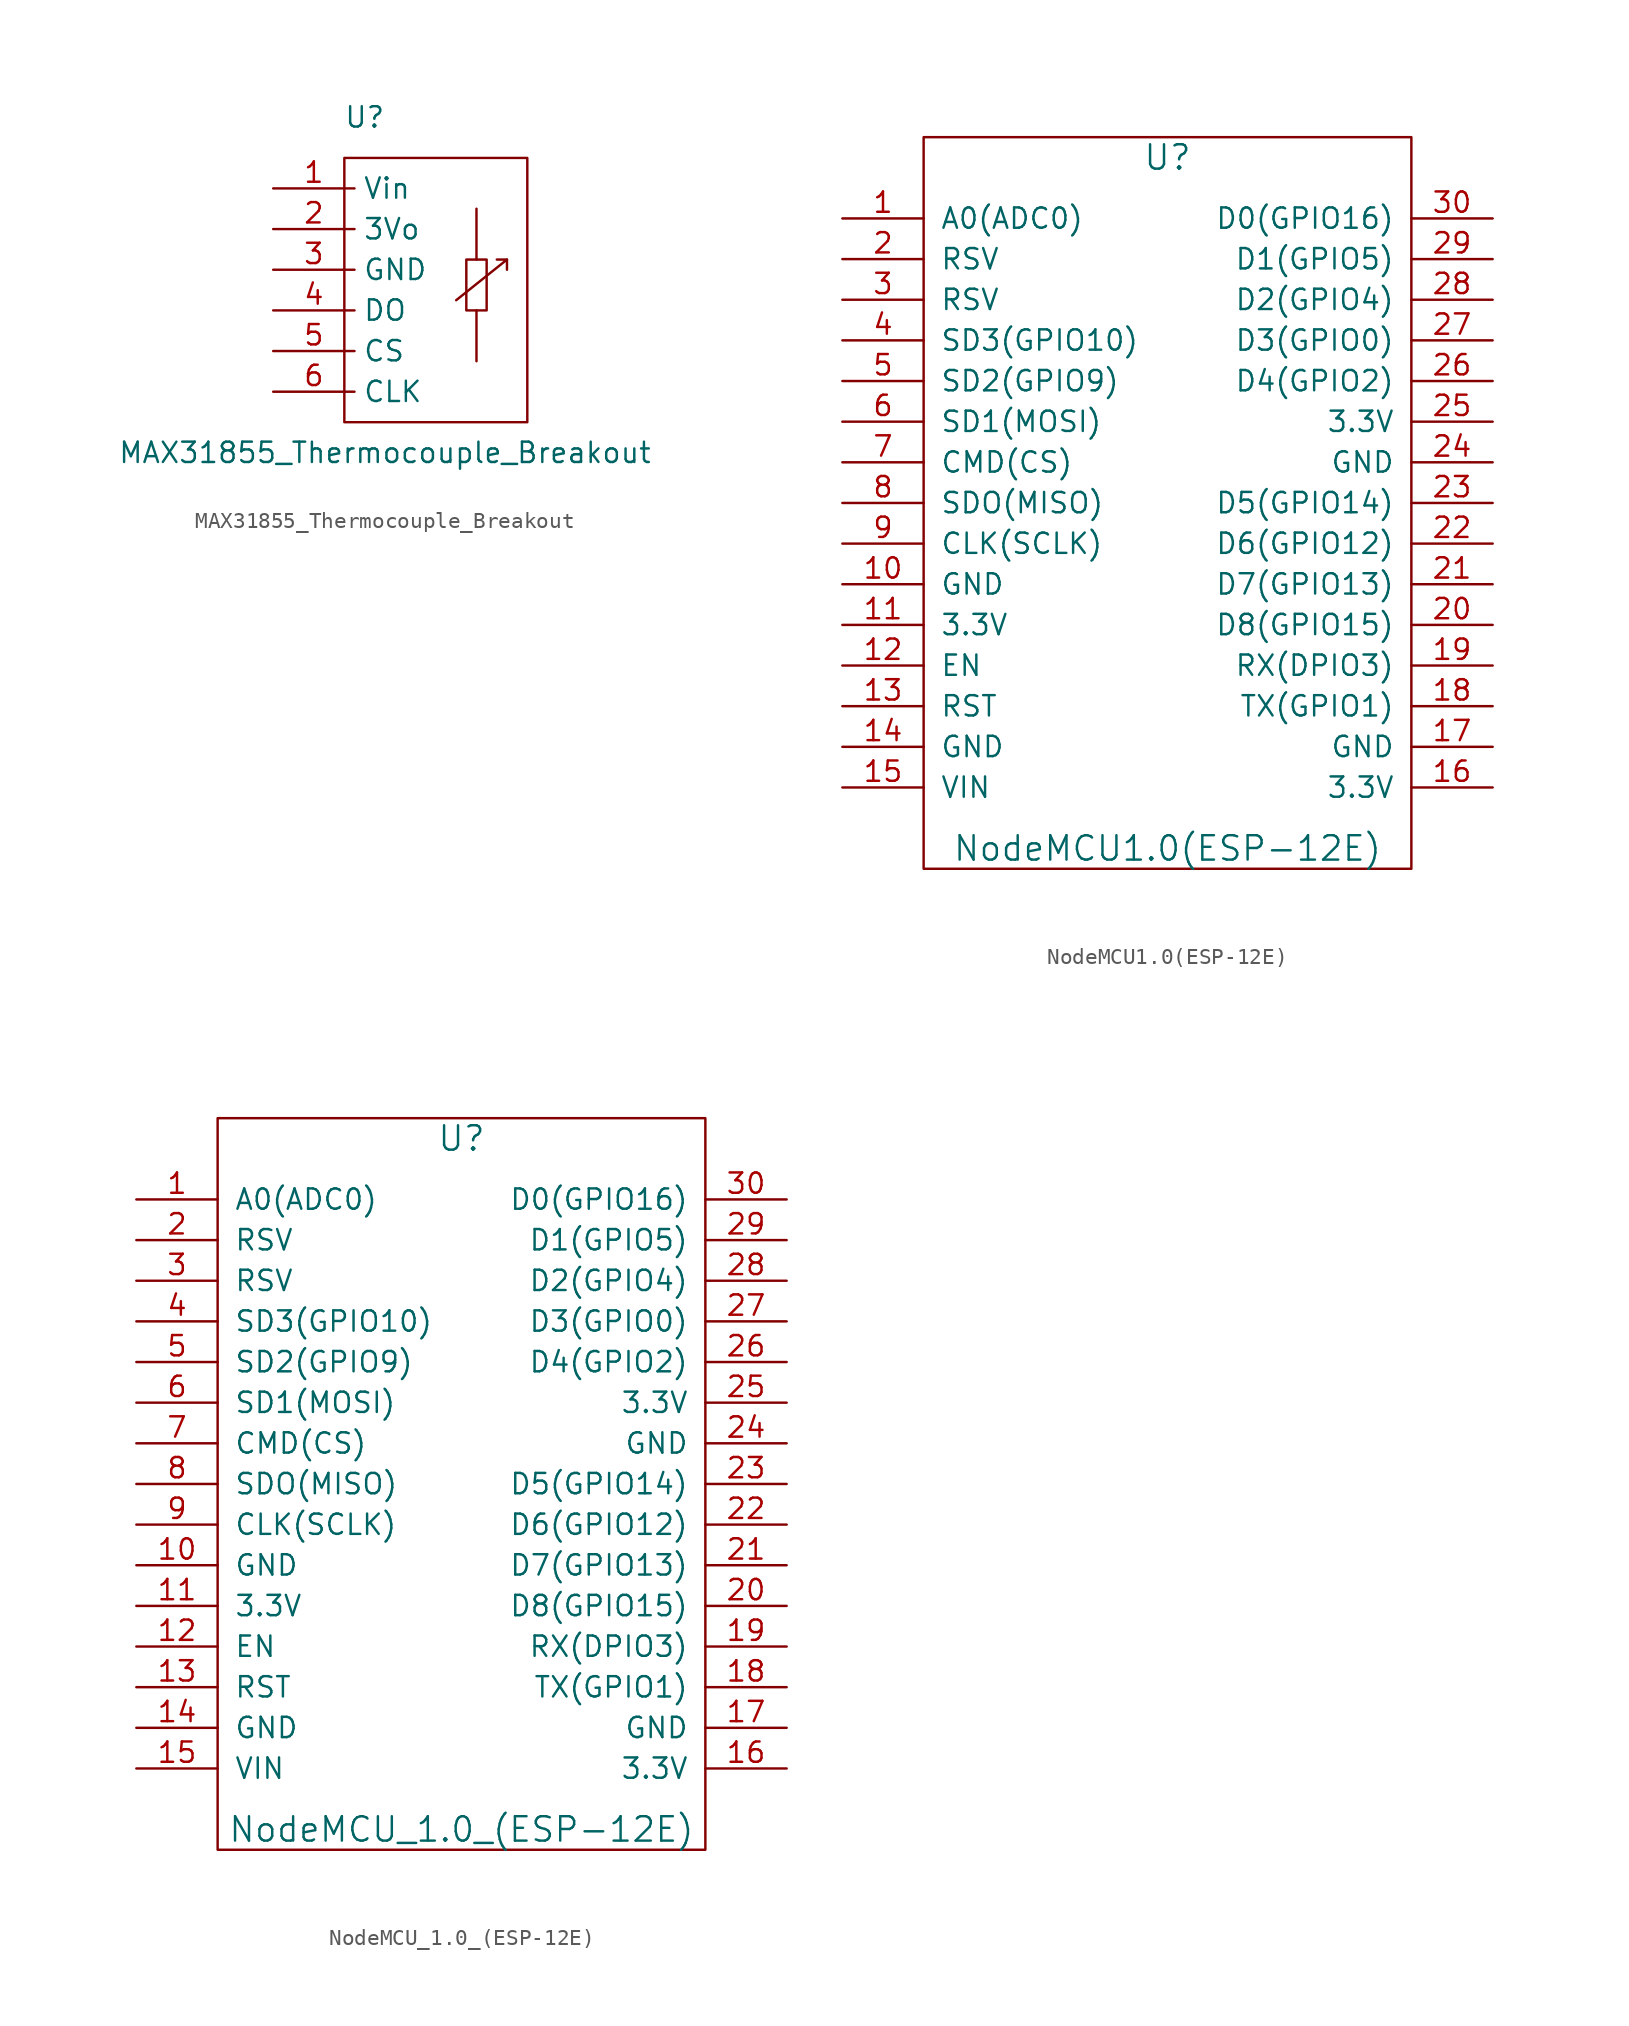
<source format=kicad_sym>
(kicad_symbol_lib
  (version 20231120)
  (generator "kicad_symbol_editor")
  (generator_version "8.0")
  (symbol "MAX31855_Thermocouple_Breakout"
    (property "Reference" "U"
      (at 5.715 4.445 0)
      (effects (font (size 1.27 1.27))))
    (property "Value" "MAX31855_Thermocouple_Breakout"
      (at 6.985 -16.51 0)
      (effects (font (size 1.27 1.27))))
    (symbol "MAX31855_Thermocouple_Breakout_0_1"
      (polyline (pts (xy 12.7 -7.62) (xy 12.7 -10.795)) (stroke (width 0) (type default)) (fill (type none)))
      (polyline (pts (xy 12.7 -1.27) (xy 12.7 -4.445)) (stroke (width 0) (type default)) (fill (type none)))
      (polyline (pts (xy 14.605 -4.445) (xy 14.605 -5.08)) (stroke (width 0) (type default)) (fill (type none)))
      (polyline (pts (xy 11.43 -6.985) (xy 14.605 -4.445) (xy 13.97 -4.445)) (stroke (width 0) (type default)) (fill (type none)))
      (polyline (pts (xy 4.445 1.905) (xy 15.875 1.905) (xy 15.875 -14.605) (xy 4.445 -14.605) (xy 4.445 1.905)) (stroke (width 0) (type default)) (fill (type none)))
      (polyline (pts (xy 12.7 -4.445) (xy 12.065 -4.445) (xy 12.065 -7.62) (xy 13.335 -7.62) (xy 13.335 -4.445) (xy 12.7 -4.445)) (stroke (width 0) (type default)) (fill (type none))))
    (symbol "MAX31855_Thermocouple_Breakout_1_1"
      (pin power_in line (at 0 0 0) (length 5.08) (name "Vin" (effects (font (size 1.27 1.27)))) (number "1" (effects (font (size 1.27 1.27)))))
      (pin power_out line (at 0 -2.54 0) (length 5.08) (name "3Vo" (effects (font (size 1.27 1.27)))) (number "2" (effects (font (size 1.27 1.27)))))
      (pin power_in line (at 0 -5.08 0) (length 5.08) (name "GND" (effects (font (size 1.27 1.27)))) (number "3" (effects (font (size 1.27 1.27)))))
      (pin output line (at 0 -7.62 0) (length 5.08) (name "DO" (effects (font (size 1.27 1.27)))) (number "4" (effects (font (size 1.27 1.27)))))
      (pin input line (at 0 -10.16 0) (length 5.08) (name "CS" (effects (font (size 1.27 1.27)))) (number "5" (effects (font (size 1.27 1.27)))))
      (pin input line (at 0 -12.7 0) (length 5.08) (name "CLK" (effects (font (size 1.27 1.27)))) (number "6" (effects (font (size 1.27 1.27)))))))
  (symbol "NodeMCU1.0(ESP-12E)"
    (pin_names
      (offset 1.016))
    (property "Reference" "U"
      (at 0 21.59 0)
      (effects (font (size 1.524 1.524))))
    (property "Value" "NodeMCU1.0(ESP-12E)"
      (at 0 -21.59 0)
      (effects (font (size 1.524 1.524))))
    (property "Footprint" ""
      (at -15.24 -21.59 0)
      (effects (font (size 1.524 1.524))))
    (property "Datasheet" ""
      (at -15.24 -21.59 0)
      (effects (font (size 1.524 1.524))))
    (symbol "NodeMCU1.0(ESP-12E)_0_1"
      (rectangle (start -15.24 -22.86) (end 15.24 22.86) (stroke (width 0) (type default)) (fill (type none))))
    (symbol "NodeMCU1.0(ESP-12E)_1_1"
      (pin input line (at -20.32 17.78 0) (length 5.08) (name "A0(ADC0)" (effects (font (size 1.27 1.27)))) (number "1" (effects (font (size 1.27 1.27)))))
      (pin input line (at -20.32 -5.08 0) (length 5.08) (name "GND" (effects (font (size 1.27 1.27)))) (number "10" (effects (font (size 1.27 1.27)))))
      (pin input line (at -20.32 -7.62 0) (length 5.08) (name "3.3V" (effects (font (size 1.27 1.27)))) (number "11" (effects (font (size 1.27 1.27)))))
      (pin input line (at -20.32 -10.16 0) (length 5.08) (name "EN" (effects (font (size 1.27 1.27)))) (number "12" (effects (font (size 1.27 1.27)))))
      (pin input line (at -20.32 -12.7 0) (length 5.08) (name "RST" (effects (font (size 1.27 1.27)))) (number "13" (effects (font (size 1.27 1.27)))))
      (pin input line (at -20.32 -15.24 0) (length 5.08) (name "GND" (effects (font (size 1.27 1.27)))) (number "14" (effects (font (size 1.27 1.27)))))
      (pin input line (at -20.32 -17.78 0) (length 5.08) (name "VIN" (effects (font (size 1.27 1.27)))) (number "15" (effects (font (size 1.27 1.27)))))
      (pin input line (at 20.32 -17.78 180) (length 5.08) (name "3.3V" (effects (font (size 1.27 1.27)))) (number "16" (effects (font (size 1.27 1.27)))))
      (pin input line (at 20.32 -15.24 180) (length 5.08) (name "GND" (effects (font (size 1.27 1.27)))) (number "17" (effects (font (size 1.27 1.27)))))
      (pin input line (at 20.32 -12.7 180) (length 5.08) (name "TX(GPIO1)" (effects (font (size 1.27 1.27)))) (number "18" (effects (font (size 1.27 1.27)))))
      (pin input line (at 20.32 -10.16 180) (length 5.08) (name "RX(DPIO3)" (effects (font (size 1.27 1.27)))) (number "19" (effects (font (size 1.27 1.27)))))
      (pin input line (at -20.32 15.24 0) (length 5.08) (name "RSV" (effects (font (size 1.27 1.27)))) (number "2" (effects (font (size 1.27 1.27)))))
      (pin input line (at 20.32 -7.62 180) (length 5.08) (name "D8(GPIO15)" (effects (font (size 1.27 1.27)))) (number "20" (effects (font (size 1.27 1.27)))))
      (pin input line (at 20.32 -5.08 180) (length 5.08) (name "D7(GPIO13)" (effects (font (size 1.27 1.27)))) (number "21" (effects (font (size 1.27 1.27)))))
      (pin input line (at 20.32 -2.54 180) (length 5.08) (name "D6(GPIO12)" (effects (font (size 1.27 1.27)))) (number "22" (effects (font (size 1.27 1.27)))))
      (pin input line (at 20.32 0 180) (length 5.08) (name "D5(GPIO14)" (effects (font (size 1.27 1.27)))) (number "23" (effects (font (size 1.27 1.27)))))
      (pin input line (at 20.32 2.54 180) (length 5.08) (name "GND" (effects (font (size 1.27 1.27)))) (number "24" (effects (font (size 1.27 1.27)))))
      (pin input line (at 20.32 5.08 180) (length 5.08) (name "3.3V" (effects (font (size 1.27 1.27)))) (number "25" (effects (font (size 1.27 1.27)))))
      (pin input line (at 20.32 7.62 180) (length 5.08) (name "D4(GPIO2)" (effects (font (size 1.27 1.27)))) (number "26" (effects (font (size 1.27 1.27)))))
      (pin input line (at 20.32 10.16 180) (length 5.08) (name "D3(GPIO0)" (effects (font (size 1.27 1.27)))) (number "27" (effects (font (size 1.27 1.27)))))
      (pin input line (at 20.32 12.7 180) (length 5.08) (name "D2(GPIO4)" (effects (font (size 1.27 1.27)))) (number "28" (effects (font (size 1.27 1.27)))))
      (pin input line (at 20.32 15.24 180) (length 5.08) (name "D1(GPIO5)" (effects (font (size 1.27 1.27)))) (number "29" (effects (font (size 1.27 1.27)))))
      (pin input line (at -20.32 12.7 0) (length 5.08) (name "RSV" (effects (font (size 1.27 1.27)))) (number "3" (effects (font (size 1.27 1.27)))))
      (pin input line (at 20.32 17.78 180) (length 5.08) (name "D0(GPIO16)" (effects (font (size 1.27 1.27)))) (number "30" (effects (font (size 1.27 1.27)))))
      (pin input line (at -20.32 10.16 0) (length 5.08) (name "SD3(GPIO10)" (effects (font (size 1.27 1.27)))) (number "4" (effects (font (size 1.27 1.27)))))
      (pin input line (at -20.32 7.62 0) (length 5.08) (name "SD2(GPIO9)" (effects (font (size 1.27 1.27)))) (number "5" (effects (font (size 1.27 1.27)))))
      (pin input line (at -20.32 5.08 0) (length 5.08) (name "SD1(MOSI)" (effects (font (size 1.27 1.27)))) (number "6" (effects (font (size 1.27 1.27)))))
      (pin input line (at -20.32 2.54 0) (length 5.08) (name "CMD(CS)" (effects (font (size 1.27 1.27)))) (number "7" (effects (font (size 1.27 1.27)))))
      (pin input line (at -20.32 0 0) (length 5.08) (name "SDO(MISO)" (effects (font (size 1.27 1.27)))) (number "8" (effects (font (size 1.27 1.27)))))
      (pin input line (at -20.32 -2.54 0) (length 5.08) (name "CLK(SCLK)" (effects (font (size 1.27 1.27)))) (number "9" (effects (font (size 1.27 1.27)))))))
  (symbol "NodeMCU_1.0_(ESP-12E)"
    (pin_names
      (offset 1.016))
    (property "Reference" "U"
      (at 0 21.59 0)
      (effects (font (size 1.524 1.524))))
    (property "Value" "NodeMCU_1.0_(ESP-12E)"
      (at 0 -21.59 0)
      (effects (font (size 1.524 1.524))))
    (property "Footprint" ""
      (at -15.24 -21.59 0)
      (effects (font (size 1.524 1.524))))
    (property "Datasheet" ""
      (at -15.24 -21.59 0)
      (effects (font (size 1.524 1.524))))
    (symbol "NodeMCU_1.0_(ESP-12E)_0_1"
      (rectangle (start -15.24 -22.86) (end 15.24 22.86) (stroke (width 0) (type default)) (fill (type none))))
    (symbol "NodeMCU_1.0_(ESP-12E)_1_1"
      (pin input line (at -20.32 17.78 0) (length 5.08) (name "A0(ADC0)" (effects (font (size 1.27 1.27)))) (number "1" (effects (font (size 1.27 1.27)))))
      (pin input line (at -20.32 -5.08 0) (length 5.08) (name "GND" (effects (font (size 1.27 1.27)))) (number "10" (effects (font (size 1.27 1.27)))))
      (pin power_out line (at -20.32 -7.62 0) (length 5.08) (name "3.3V" (effects (font (size 1.27 1.27)))) (number "11" (effects (font (size 1.27 1.27)))))
      (pin input line (at -20.32 -10.16 0) (length 5.08) (name "EN" (effects (font (size 1.27 1.27)))) (number "12" (effects (font (size 1.27 1.27)))))
      (pin input line (at -20.32 -12.7 0) (length 5.08) (name "RST" (effects (font (size 1.27 1.27)))) (number "13" (effects (font (size 1.27 1.27)))))
      (pin power_in line (at -20.32 -15.24 0) (length 5.08) (name "GND" (effects (font (size 1.27 1.27)))) (number "14" (effects (font (size 1.27 1.27)))))
      (pin power_in line (at -20.32 -17.78 0) (length 5.08) (name "VIN" (effects (font (size 1.27 1.27)))) (number "15" (effects (font (size 1.27 1.27)))))
      (pin power_out line (at 20.32 -17.78 180) (length 5.08) (name "3.3V" (effects (font (size 1.27 1.27)))) (number "16" (effects (font (size 1.27 1.27)))))
      (pin power_in line (at 20.32 -15.24 180) (length 5.08) (name "GND" (effects (font (size 1.27 1.27)))) (number "17" (effects (font (size 1.27 1.27)))))
      (pin bidirectional line (at 20.32 -12.7 180) (length 5.08) (name "TX(GPIO1)" (effects (font (size 1.27 1.27)))) (number "18" (effects (font (size 1.27 1.27)))))
      (pin bidirectional line (at 20.32 -10.16 180) (length 5.08) (name "RX(DPIO3)" (effects (font (size 1.27 1.27)))) (number "19" (effects (font (size 1.27 1.27)))))
      (pin input line (at -20.32 15.24 0) (length 5.08) (name "RSV" (effects (font (size 1.27 1.27)))) (number "2" (effects (font (size 1.27 1.27)))))
      (pin bidirectional line (at 20.32 -7.62 180) (length 5.08) (name "D8(GPIO15)" (effects (font (size 1.27 1.27)))) (number "20" (effects (font (size 1.27 1.27)))))
      (pin bidirectional line (at 20.32 -5.08 180) (length 5.08) (name "D7(GPIO13)" (effects (font (size 1.27 1.27)))) (number "21" (effects (font (size 1.27 1.27)))))
      (pin bidirectional line (at 20.32 -2.54 180) (length 5.08) (name "D6(GPIO12)" (effects (font (size 1.27 1.27)))) (number "22" (effects (font (size 1.27 1.27)))))
      (pin bidirectional line (at 20.32 0 180) (length 5.08) (name "D5(GPIO14)" (effects (font (size 1.27 1.27)))) (number "23" (effects (font (size 1.27 1.27)))))
      (pin power_in line (at 20.32 2.54 180) (length 5.08) (name "GND" (effects (font (size 1.27 1.27)))) (number "24" (effects (font (size 1.27 1.27)))))
      (pin power_out line (at 20.32 5.08 180) (length 5.08) (name "3.3V" (effects (font (size 1.27 1.27)))) (number "25" (effects (font (size 1.27 1.27)))))
      (pin bidirectional line (at 20.32 7.62 180) (length 5.08) (name "D4(GPIO2)" (effects (font (size 1.27 1.27)))) (number "26" (effects (font (size 1.27 1.27)))))
      (pin bidirectional line (at 20.32 10.16 180) (length 5.08) (name "D3(GPIO0)" (effects (font (size 1.27 1.27)))) (number "27" (effects (font (size 1.27 1.27)))))
      (pin bidirectional line (at 20.32 12.7 180) (length 5.08) (name "D2(GPIO4)" (effects (font (size 1.27 1.27)))) (number "28" (effects (font (size 1.27 1.27)))))
      (pin bidirectional line (at 20.32 15.24 180) (length 5.08) (name "D1(GPIO5)" (effects (font (size 1.27 1.27)))) (number "29" (effects (font (size 1.27 1.27)))))
      (pin input line (at -20.32 12.7 0) (length 5.08) (name "RSV" (effects (font (size 1.27 1.27)))) (number "3" (effects (font (size 1.27 1.27)))))
      (pin bidirectional line (at 20.32 17.78 180) (length 5.08) (name "D0(GPIO16)" (effects (font (size 1.27 1.27)))) (number "30" (effects (font (size 1.27 1.27)))))
      (pin bidirectional line (at -20.32 10.16 0) (length 5.08) (name "SD3(GPIO10)" (effects (font (size 1.27 1.27)))) (number "4" (effects (font (size 1.27 1.27)))))
      (pin bidirectional line (at -20.32 7.62 0) (length 5.08) (name "SD2(GPIO9)" (effects (font (size 1.27 1.27)))) (number "5" (effects (font (size 1.27 1.27)))))
      (pin bidirectional line (at -20.32 5.08 0) (length 5.08) (name "SD1(MOSI)" (effects (font (size 1.27 1.27)))) (number "6" (effects (font (size 1.27 1.27)))))
      (pin bidirectional line (at -20.32 2.54 0) (length 5.08) (name "CMD(CS)" (effects (font (size 1.27 1.27)))) (number "7" (effects (font (size 1.27 1.27)))))
      (pin bidirectional line (at -20.32 0 0) (length 5.08) (name "SDO(MISO)" (effects (font (size 1.27 1.27)))) (number "8" (effects (font (size 1.27 1.27)))))
      (pin bidirectional line (at -20.32 -2.54 0) (length 5.08) (name "CLK(SCLK)" (effects (font (size 1.27 1.27)))) (number "9" (effects (font (size 1.27 1.27))))))))
</source>
